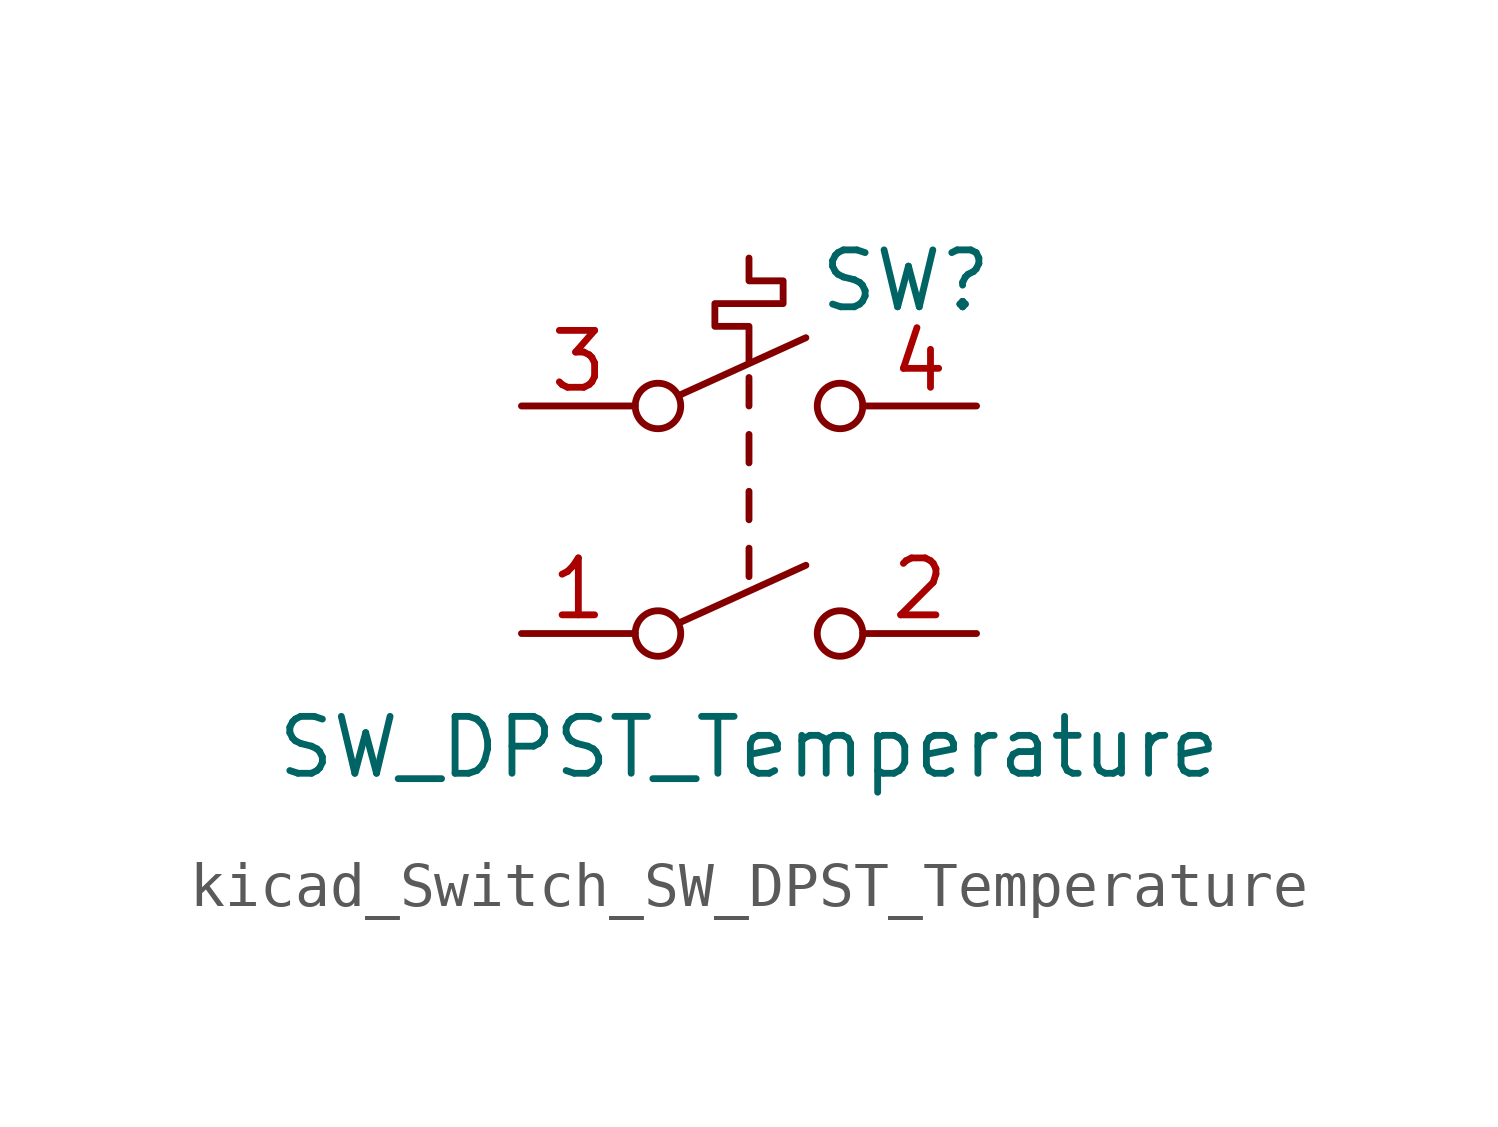
<source format=kicad_sym>
(kicad_symbol_lib
  (version 20220914)
  (generator kicad_symbol_editor)
  (symbol "kicad_Switch_SW_DPST_Temperature"
    (pin_names
      (offset 0) hide)
    (property "Reference" "SW"
      (at 1.524 5.334 0)
      (effects (font (size 1.27 1.27)) (justify left)))
    (property "Value" "SW_DPST_Temperature"
      (at 0 -5.08 0)
      (effects (font (size 1.27 1.27))))
    (symbol "kicad_Switch_SW_DPST_Temperature_0_0"
      (circle (center -2.032 -2.54) (radius 0.508) (stroke (width 0) (type default)) (fill (type none)))
      (circle (center -2.032 2.54) (radius 0.508) (stroke (width 0) (type default)) (fill (type none)))
      (polyline (pts (xy -1.524 -2.286) (xy 1.27 -1.016)) (stroke (width 0) (type default)) (fill (type none)))
      (polyline (pts (xy -1.524 2.794) (xy 1.27 4.064)) (stroke (width 0) (type default)) (fill (type none)))
      (polyline (pts (xy 0 -1.27) (xy 0 -0.635)) (stroke (width 0) (type default)) (fill (type none)))
      (polyline (pts (xy 0 0) (xy 0 0.635)) (stroke (width 0) (type default)) (fill (type none)))
      (polyline (pts (xy 0 1.27) (xy 0 1.905)) (stroke (width 0) (type default)) (fill (type none)))
      (polyline (pts (xy 0 2.54) (xy 0 3.175)) (stroke (width 0) (type default)) (fill (type none)))
      (polyline (pts (xy 0 3.556) (xy 0 4.318) (xy -0.762 4.318) (xy -0.762 4.826) (xy 0.762 4.826) (xy 0.762 5.334) (xy 0 5.334) (xy 0 5.842)) (stroke (width 0) (type default)) (fill (type none)))
      (circle (center 2.032 -2.54) (radius 0.508) (stroke (width 0) (type default)) (fill (type none)))
      (circle (center 2.032 2.54) (radius 0.508) (stroke (width 0) (type default)) (fill (type none))))
    (symbol "kicad_Switch_SW_DPST_Temperature_1_1"
      (pin passive line (at -5.08 -2.54 0) (length 2.54) (name "1" (effects (font (size 1.27 1.27)))) (number "1" (effects (font (size 1.27 1.27)))))
      (pin passive line (at 5.08 -2.54 180) (length 2.54) (name "2" (effects (font (size 1.27 1.27)))) (number "2" (effects (font (size 1.27 1.27)))))
      (pin passive line (at -5.08 2.54 0) (length 2.54) (name "3" (effects (font (size 1.27 1.27)))) (number "3" (effects (font (size 1.27 1.27)))))
      (pin passive line (at 5.08 2.54 180) (length 2.54) (name "4" (effects (font (size 1.27 1.27)))) (number "4" (effects (font (size 1.27 1.27))))))))
</source>
